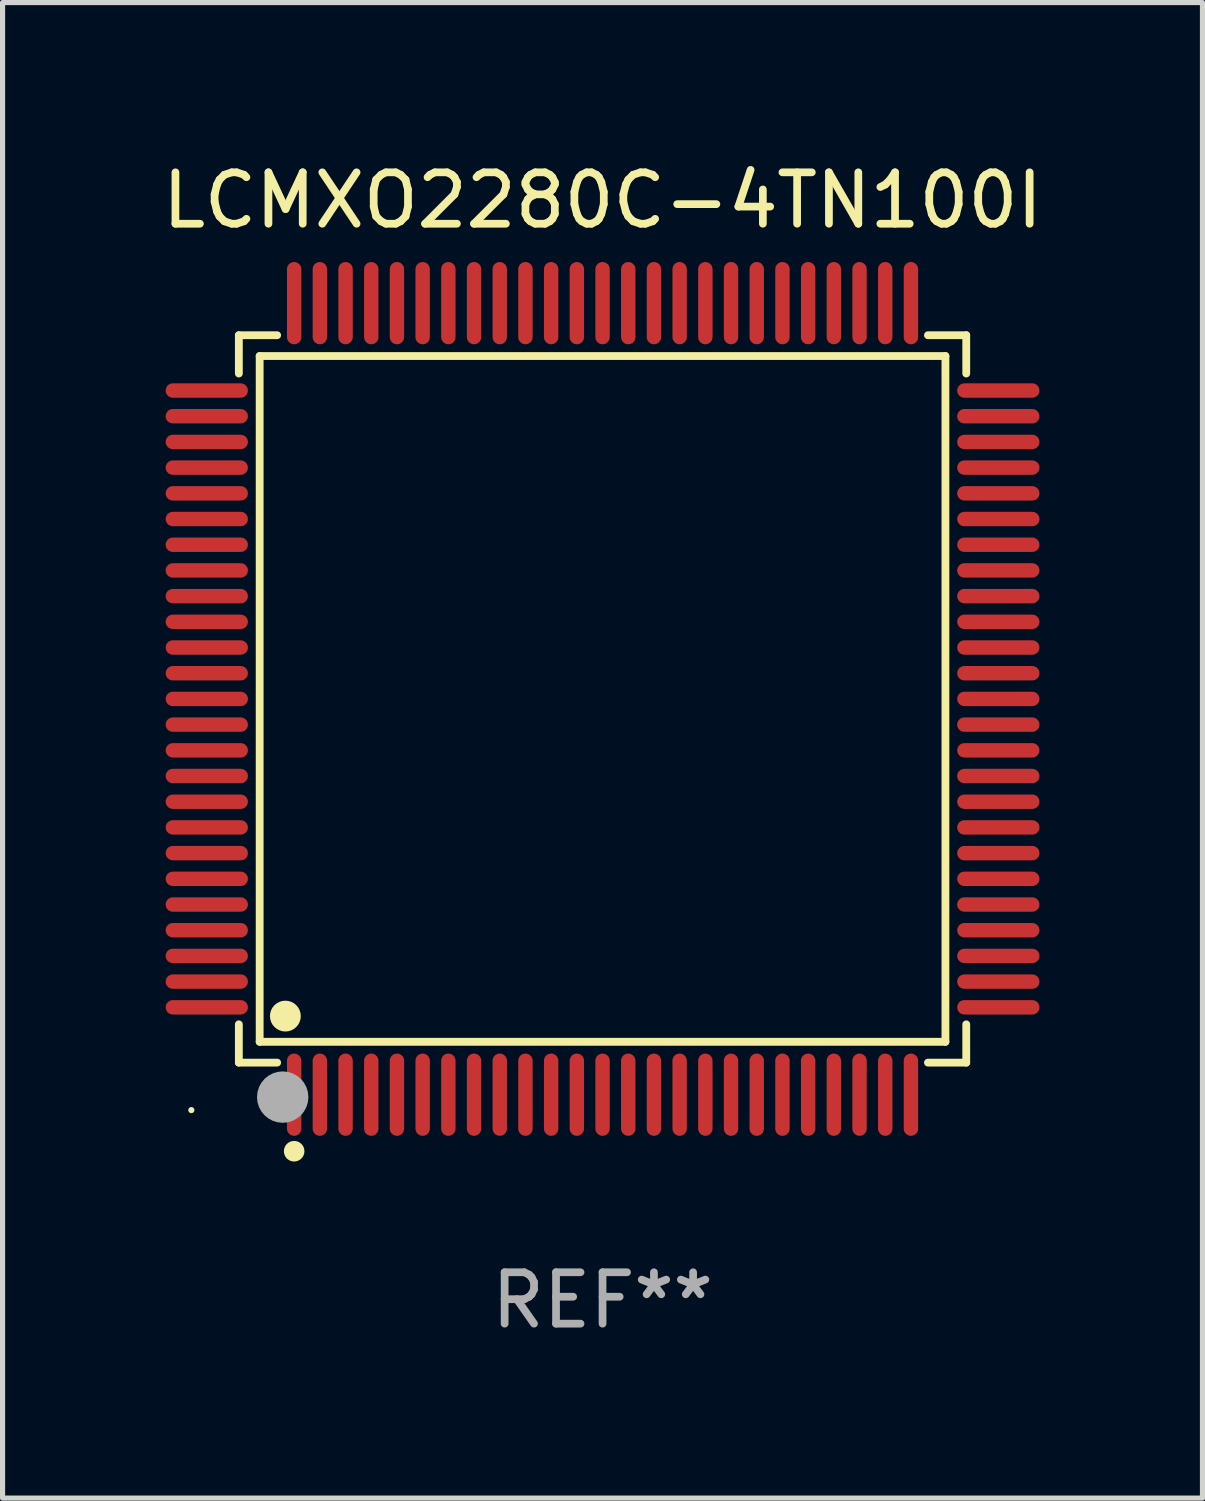
<source format=kicad_pcb>
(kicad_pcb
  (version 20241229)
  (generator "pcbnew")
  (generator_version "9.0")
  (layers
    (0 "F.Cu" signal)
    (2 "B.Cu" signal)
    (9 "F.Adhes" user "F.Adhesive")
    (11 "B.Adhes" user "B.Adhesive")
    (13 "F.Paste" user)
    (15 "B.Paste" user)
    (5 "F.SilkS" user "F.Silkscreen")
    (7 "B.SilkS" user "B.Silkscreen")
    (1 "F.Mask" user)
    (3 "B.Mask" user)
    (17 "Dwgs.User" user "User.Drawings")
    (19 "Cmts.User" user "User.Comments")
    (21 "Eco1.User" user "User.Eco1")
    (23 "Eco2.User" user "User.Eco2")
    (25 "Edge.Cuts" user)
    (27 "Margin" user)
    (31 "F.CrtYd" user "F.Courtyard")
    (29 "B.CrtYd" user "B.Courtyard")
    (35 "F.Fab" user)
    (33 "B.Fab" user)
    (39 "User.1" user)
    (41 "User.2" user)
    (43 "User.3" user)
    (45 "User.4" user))
  (footprint "LCMXO2280C-4TN100I"
    (layer "F.Cu")
    (at 8.673 10.548)
    (property "Reference" "LCMXO2280C-4TN100I" (at 0 -9.7 0) (layer "F.SilkS") (effects (font (size 1 1) (thickness 0.15))))
    (attr through_hole)
    (fp_line (start -7.076 -7.076) (end -6.331 -7.076) (stroke (width 0.152) (type solid)) (layer "F.SilkS"))
    (fp_line (start -7.076 -6.331) (end -7.076 -7.076) (stroke (width 0.152) (type solid)) (layer "F.SilkS"))
    (fp_line (start -7.076 6.331) (end -7.076 7.076) (stroke (width 0.152) (type solid)) (layer "F.SilkS"))
    (fp_line (start -7.076 7.076) (end -6.331 7.076) (stroke (width 0.152) (type solid)) (layer "F.SilkS"))
    (fp_line (start -6.671 -6.671) (end 6.671 -6.671) (stroke (width 0.152) (type solid)) (layer "F.SilkS"))
    (fp_line (start -6.671 6.671) (end -6.671 -6.671) (stroke (width 0.152) (type solid)) (layer "F.SilkS"))
    (fp_line (start 6.671 -6.671) (end 6.671 6.671) (stroke (width 0.152) (type solid)) (layer "F.SilkS"))
    (fp_line (start 6.671 6.671) (end -6.671 6.671) (stroke (width 0.152) (type solid)) (layer "F.SilkS"))
    (fp_line (start 7.076 -7.076) (end 6.331 -7.076) (stroke (width 0.152) (type solid)) (layer "F.SilkS"))
    (fp_line (start 7.076 -6.331) (end 7.076 -7.076) (stroke (width 0.152) (type solid)) (layer "F.SilkS"))
    (fp_line (start 7.076 6.331) (end 7.076 7.076) (stroke (width 0.152) (type solid)) (layer "F.SilkS"))
    (fp_line (start 7.076 7.076) (end 6.331 7.076) (stroke (width 0.152) (type solid)) (layer "F.SilkS"))
    (fp_circle (center -8 8) (end -7.97 8) (stroke (width 0.06) (type solid)) (fill no) (layer "F.SilkS"))
    (fp_circle (center -6.171 6.171) (end -6.021 6.171) (stroke (width 0.3) (type solid)) (fill no) (layer "F.SilkS"))
    (fp_circle (center -6 8.8) (end -5.9 8.8) (stroke (width 0.2) (type solid)) (fill no) (layer "F.SilkS"))
    (fp_circle (center -6.223 7.747) (end -5.973 7.747) (stroke (width 0.5) (type solid)) (fill no) (layer "F.Fab"))
    (fp_text user "REF**" (at 0 11.7 0) (layer "F.Fab") (effects (font (size 1 1) (thickness 0.15))))
    (pad "1" smd oval (at -6 7.7) (size 0.28 1.6) (layers "F.Cu" "F.Mask" "F.Paste"))
    (pad "2" smd oval (at -5.5 7.7) (size 0.28 1.6) (layers "F.Cu" "F.Mask" "F.Paste"))
    (pad "3" smd oval (at -5 7.7) (size 0.28 1.6) (layers "F.Cu" "F.Mask" "F.Paste"))
    (pad "4" smd oval (at -4.5 7.7) (size 0.28 1.6) (layers "F.Cu" "F.Mask" "F.Paste"))
    (pad "5" smd oval (at -4 7.7) (size 0.28 1.6) (layers "F.Cu" "F.Mask" "F.Paste"))
    (pad "6" smd oval (at -3.5 7.7) (size 0.28 1.6) (layers "F.Cu" "F.Mask" "F.Paste"))
    (pad "7" smd oval (at -3 7.7) (size 0.28 1.6) (layers "F.Cu" "F.Mask" "F.Paste"))
    (pad "8" smd oval (at -2.5 7.7) (size 0.28 1.6) (layers "F.Cu" "F.Mask" "F.Paste"))
    (pad "9" smd oval (at -2 7.7) (size 0.28 1.6) (layers "F.Cu" "F.Mask" "F.Paste"))
    (pad "10" smd oval (at -1.5 7.7) (size 0.28 1.6) (layers "F.Cu" "F.Mask" "F.Paste"))
    (pad "11" smd oval (at -1 7.7) (size 0.28 1.6) (layers "F.Cu" "F.Mask" "F.Paste"))
    (pad "12" smd oval (at -0.5 7.7) (size 0.28 1.6) (layers "F.Cu" "F.Mask" "F.Paste"))
    (pad "13" smd oval (at 0 7.7) (size 0.28 1.6) (layers "F.Cu" "F.Mask" "F.Paste"))
    (pad "14" smd oval (at 0.5 7.7) (size 0.28 1.6) (layers "F.Cu" "F.Mask" "F.Paste"))
    (pad "15" smd oval (at 1 7.7) (size 0.28 1.6) (layers "F.Cu" "F.Mask" "F.Paste"))
    (pad "16" smd oval (at 1.5 7.7) (size 0.28 1.6) (layers "F.Cu" "F.Mask" "F.Paste"))
    (pad "17" smd oval (at 2 7.7) (size 0.28 1.6) (layers "F.Cu" "F.Mask" "F.Paste"))
    (pad "18" smd oval (at 2.5 7.7) (size 0.28 1.6) (layers "F.Cu" "F.Mask" "F.Paste"))
    (pad "19" smd oval (at 3 7.7) (size 0.28 1.6) (layers "F.Cu" "F.Mask" "F.Paste"))
    (pad "20" smd oval (at 3.5 7.7) (size 0.28 1.6) (layers "F.Cu" "F.Mask" "F.Paste"))
    (pad "21" smd oval (at 4 7.7) (size 0.28 1.6) (layers "F.Cu" "F.Mask" "F.Paste"))
    (pad "22" smd oval (at 4.5 7.7) (size 0.28 1.6) (layers "F.Cu" "F.Mask" "F.Paste"))
    (pad "23" smd oval (at 5 7.7) (size 0.28 1.6) (layers "F.Cu" "F.Mask" "F.Paste"))
    (pad "24" smd oval (at 5.5 7.7) (size 0.28 1.6) (layers "F.Cu" "F.Mask" "F.Paste"))
    (pad "25" smd oval (at 6 7.7) (size 0.28 1.6) (layers "F.Cu" "F.Mask" "F.Paste"))
    (pad "26" smd oval (at 7.7 6) (size 1.6 0.28) (layers "F.Cu" "F.Mask" "F.Paste"))
    (pad "27" smd oval (at 7.7 5.5) (size 1.6 0.28) (layers "F.Cu" "F.Mask" "F.Paste"))
    (pad "28" smd oval (at 7.7 5) (size 1.6 0.28) (layers "F.Cu" "F.Mask" "F.Paste"))
    (pad "29" smd oval (at 7.7 4.5) (size 1.6 0.28) (layers "F.Cu" "F.Mask" "F.Paste"))
    (pad "30" smd oval (at 7.7 4) (size 1.6 0.28) (layers "F.Cu" "F.Mask" "F.Paste"))
    (pad "31" smd oval (at 7.7 3.5) (size 1.6 0.28) (layers "F.Cu" "F.Mask" "F.Paste"))
    (pad "32" smd oval (at 7.7 3) (size 1.6 0.28) (layers "F.Cu" "F.Mask" "F.Paste"))
    (pad "33" smd oval (at 7.7 2.5) (size 1.6 0.28) (layers "F.Cu" "F.Mask" "F.Paste"))
    (pad "34" smd oval (at 7.7 2) (size 1.6 0.28) (layers "F.Cu" "F.Mask" "F.Paste"))
    (pad "35" smd oval (at 7.7 1.5) (size 1.6 0.28) (layers "F.Cu" "F.Mask" "F.Paste"))
    (pad "36" smd oval (at 7.7 1) (size 1.6 0.28) (layers "F.Cu" "F.Mask" "F.Paste"))
    (pad "37" smd oval (at 7.7 0.5) (size 1.6 0.28) (layers "F.Cu" "F.Mask" "F.Paste"))
    (pad "38" smd oval (at 7.7 0) (size 1.6 0.28) (layers "F.Cu" "F.Mask" "F.Paste"))
    (pad "39" smd oval (at 7.7 -0.5) (size 1.6 0.28) (layers "F.Cu" "F.Mask" "F.Paste"))
    (pad "40" smd oval (at 7.7 -1) (size 1.6 0.28) (layers "F.Cu" "F.Mask" "F.Paste"))
    (pad "41" smd oval (at 7.7 -1.5) (size 1.6 0.28) (layers "F.Cu" "F.Mask" "F.Paste"))
    (pad "42" smd oval (at 7.7 -2) (size 1.6 0.28) (layers "F.Cu" "F.Mask" "F.Paste"))
    (pad "43" smd oval (at 7.7 -2.5) (size 1.6 0.28) (layers "F.Cu" "F.Mask" "F.Paste"))
    (pad "44" smd oval (at 7.7 -3) (size 1.6 0.28) (layers "F.Cu" "F.Mask" "F.Paste"))
    (pad "45" smd oval (at 7.7 -3.5) (size 1.6 0.28) (layers "F.Cu" "F.Mask" "F.Paste"))
    (pad "46" smd oval (at 7.7 -4) (size 1.6 0.28) (layers "F.Cu" "F.Mask" "F.Paste"))
    (pad "47" smd oval (at 7.7 -4.5) (size 1.6 0.28) (layers "F.Cu" "F.Mask" "F.Paste"))
    (pad "48" smd oval (at 7.7 -5) (size 1.6 0.28) (layers "F.Cu" "F.Mask" "F.Paste"))
    (pad "49" smd oval (at 7.7 -5.5) (size 1.6 0.28) (layers "F.Cu" "F.Mask" "F.Paste"))
    (pad "50" smd oval (at 7.7 -6) (size 1.6 0.28) (layers "F.Cu" "F.Mask" "F.Paste"))
    (pad "51" smd oval (at 6 -7.7) (size 0.28 1.6) (layers "F.Cu" "F.Mask" "F.Paste"))
    (pad "52" smd oval (at 5.5 -7.7) (size 0.28 1.6) (layers "F.Cu" "F.Mask" "F.Paste"))
    (pad "53" smd oval (at 5 -7.7) (size 0.28 1.6) (layers "F.Cu" "F.Mask" "F.Paste"))
    (pad "54" smd oval (at 4.5 -7.7) (size 0.28 1.6) (layers "F.Cu" "F.Mask" "F.Paste"))
    (pad "55" smd oval (at 4 -7.7) (size 0.28 1.6) (layers "F.Cu" "F.Mask" "F.Paste"))
    (pad "56" smd oval (at 3.5 -7.7) (size 0.28 1.6) (layers "F.Cu" "F.Mask" "F.Paste"))
    (pad "57" smd oval (at 3 -7.7) (size 0.28 1.6) (layers "F.Cu" "F.Mask" "F.Paste"))
    (pad "58" smd oval (at 2.5 -7.7) (size 0.28 1.6) (layers "F.Cu" "F.Mask" "F.Paste"))
    (pad "59" smd oval (at 2 -7.7) (size 0.28 1.6) (layers "F.Cu" "F.Mask" "F.Paste"))
    (pad "60" smd oval (at 1.5 -7.7) (size 0.28 1.6) (layers "F.Cu" "F.Mask" "F.Paste"))
    (pad "61" smd oval (at 1 -7.7) (size 0.28 1.6) (layers "F.Cu" "F.Mask" "F.Paste"))
    (pad "62" smd oval (at 0.5 -7.7) (size 0.28 1.6) (layers "F.Cu" "F.Mask" "F.Paste"))
    (pad "63" smd oval (at 0 -7.7) (size 0.28 1.6) (layers "F.Cu" "F.Mask" "F.Paste"))
    (pad "64" smd oval (at -0.5 -7.7) (size 0.28 1.6) (layers "F.Cu" "F.Mask" "F.Paste"))
    (pad "65" smd oval (at -1 -7.7) (size 0.28 1.6) (layers "F.Cu" "F.Mask" "F.Paste"))
    (pad "66" smd oval (at -1.5 -7.7) (size 0.28 1.6) (layers "F.Cu" "F.Mask" "F.Paste"))
    (pad "67" smd oval (at -2 -7.7) (size 0.28 1.6) (layers "F.Cu" "F.Mask" "F.Paste"))
    (pad "68" smd oval (at -2.5 -7.7) (size 0.28 1.6) (layers "F.Cu" "F.Mask" "F.Paste"))
    (pad "69" smd oval (at -3 -7.7) (size 0.28 1.6) (layers "F.Cu" "F.Mask" "F.Paste"))
    (pad "70" smd oval (at -3.5 -7.7) (size 0.28 1.6) (layers "F.Cu" "F.Mask" "F.Paste"))
    (pad "71" smd oval (at -4 -7.7) (size 0.28 1.6) (layers "F.Cu" "F.Mask" "F.Paste"))
    (pad "72" smd oval (at -4.5 -7.7) (size 0.28 1.6) (layers "F.Cu" "F.Mask" "F.Paste"))
    (pad "73" smd oval (at -5 -7.7) (size 0.28 1.6) (layers "F.Cu" "F.Mask" "F.Paste"))
    (pad "74" smd oval (at -5.5 -7.7) (size 0.28 1.6) (layers "F.Cu" "F.Mask" "F.Paste"))
    (pad "75" smd oval (at -6 -7.7) (size 0.28 1.6) (layers "F.Cu" "F.Mask" "F.Paste"))
    (pad "76" smd oval (at -7.7 -6) (size 1.6 0.28) (layers "F.Cu" "F.Mask" "F.Paste"))
    (pad "77" smd oval (at -7.7 -5.5) (size 1.6 0.28) (layers "F.Cu" "F.Mask" "F.Paste"))
    (pad "78" smd oval (at -7.7 -5) (size 1.6 0.28) (layers "F.Cu" "F.Mask" "F.Paste"))
    (pad "79" smd oval (at -7.7 -4.5) (size 1.6 0.28) (layers "F.Cu" "F.Mask" "F.Paste"))
    (pad "80" smd oval (at -7.7 -4) (size 1.6 0.28) (layers "F.Cu" "F.Mask" "F.Paste"))
    (pad "81" smd oval (at -7.7 -3.5) (size 1.6 0.28) (layers "F.Cu" "F.Mask" "F.Paste"))
    (pad "82" smd oval (at -7.7 -3) (size 1.6 0.28) (layers "F.Cu" "F.Mask" "F.Paste"))
    (pad "83" smd oval (at -7.7 -2.5) (size 1.6 0.28) (layers "F.Cu" "F.Mask" "F.Paste"))
    (pad "84" smd oval (at -7.7 -2) (size 1.6 0.28) (layers "F.Cu" "F.Mask" "F.Paste"))
    (pad "85" smd oval (at -7.7 -1.5) (size 1.6 0.28) (layers "F.Cu" "F.Mask" "F.Paste"))
    (pad "86" smd oval (at -7.7 -1) (size 1.6 0.28) (layers "F.Cu" "F.Mask" "F.Paste"))
    (pad "87" smd oval (at -7.7 -0.5) (size 1.6 0.28) (layers "F.Cu" "F.Mask" "F.Paste"))
    (pad "88" smd oval (at -7.7 0) (size 1.6 0.28) (layers "F.Cu" "F.Mask" "F.Paste"))
    (pad "89" smd oval (at -7.7 0.5) (size 1.6 0.28) (layers "F.Cu" "F.Mask" "F.Paste"))
    (pad "90" smd oval (at -7.7 1) (size 1.6 0.28) (layers "F.Cu" "F.Mask" "F.Paste"))
    (pad "91" smd oval (at -7.7 1.5) (size 1.6 0.28) (layers "F.Cu" "F.Mask" "F.Paste"))
    (pad "92" smd oval (at -7.7 2) (size 1.6 0.28) (layers "F.Cu" "F.Mask" "F.Paste"))
    (pad "93" smd oval (at -7.7 2.5) (size 1.6 0.28) (layers "F.Cu" "F.Mask" "F.Paste"))
    (pad "94" smd oval (at -7.7 3) (size 1.6 0.28) (layers "F.Cu" "F.Mask" "F.Paste"))
    (pad "95" smd oval (at -7.7 3.5) (size 1.6 0.28) (layers "F.Cu" "F.Mask" "F.Paste"))
    (pad "96" smd oval (at -7.7 4) (size 1.6 0.28) (layers "F.Cu" "F.Mask" "F.Paste"))
    (pad "97" smd oval (at -7.7 4.5) (size 1.6 0.28) (layers "F.Cu" "F.Mask" "F.Paste"))
    (pad "98" smd oval (at -7.7 5) (size 1.6 0.28) (layers "F.Cu" "F.Mask" "F.Paste"))
    (pad "99" smd oval (at -7.7 5.5) (size 1.6 0.28) (layers "F.Cu" "F.Mask" "F.Paste"))
    (pad "100" smd oval (at -7.7 6) (size 1.6 0.28) (layers "F.Cu" "F.Mask" "F.Paste")))
  (gr_rect
    (start -3 -3)
    (end 20.345 26.097)
    (stroke (width 0.1) (type default))
    (fill no)
    (layer "Edge.Cuts")))
</source>
